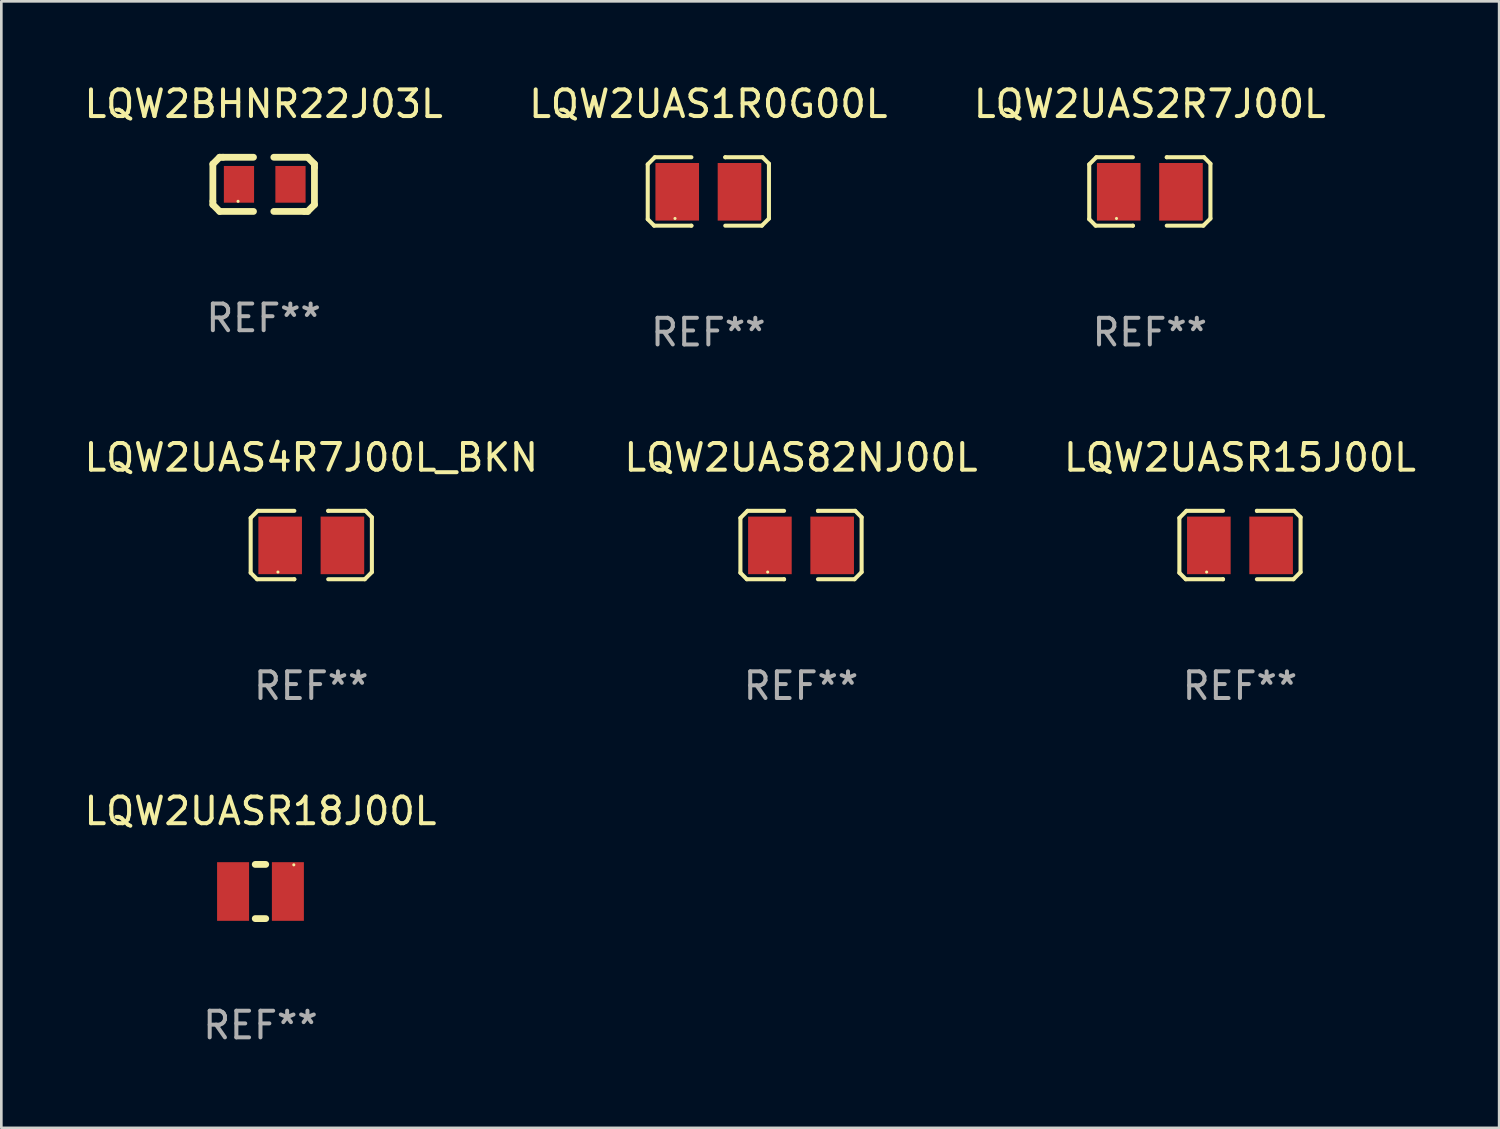
<source format=kicad_pcb>
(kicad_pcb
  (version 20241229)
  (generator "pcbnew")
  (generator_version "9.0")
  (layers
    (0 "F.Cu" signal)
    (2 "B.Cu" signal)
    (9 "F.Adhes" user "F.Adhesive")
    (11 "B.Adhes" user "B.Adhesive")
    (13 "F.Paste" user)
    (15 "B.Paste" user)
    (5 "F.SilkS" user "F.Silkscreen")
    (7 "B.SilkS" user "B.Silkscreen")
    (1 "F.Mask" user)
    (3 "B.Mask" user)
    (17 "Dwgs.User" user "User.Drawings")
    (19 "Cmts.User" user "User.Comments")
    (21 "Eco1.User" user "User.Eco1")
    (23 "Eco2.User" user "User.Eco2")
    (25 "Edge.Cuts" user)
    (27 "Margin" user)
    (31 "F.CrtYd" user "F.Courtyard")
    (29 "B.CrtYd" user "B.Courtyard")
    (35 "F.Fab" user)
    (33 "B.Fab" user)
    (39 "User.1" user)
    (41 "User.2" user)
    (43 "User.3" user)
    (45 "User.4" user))
  (footprint "LQW2UAS1R0G00L"
    (layer "F.Cu")
    (at 23.518 4.131)
    (property "Reference" "LQW2UAS1R0G00L" (at 0 -3.283 0) (layer "F.SilkS") (effects (font (size 1 1) (thickness 0.15))))
    (attr through_hole)
    (fp_line (start -2.273 -1.016) (end -2.007 -1.283) (stroke (width 0.152) (type solid)) (layer "F.SilkS"))
    (fp_line (start -2.273 1.041) (end -2.273 -1.016) (stroke (width 0.152) (type solid)) (layer "F.SilkS"))
    (fp_line (start -2.032 1.283) (end -2.273 1.041) (stroke (width 0.152) (type solid)) (layer "F.SilkS"))
    (fp_line (start -2.007 -1.283) (end -0.635 -1.283) (stroke (width 0.152) (type solid)) (layer "F.SilkS"))
    (fp_line (start -0.635 1.283) (end -2.032 1.283) (stroke (width 0.152) (type solid)) (layer "F.SilkS"))
    (fp_line (start -0.635 1.283) (end -0.635 1.283) (stroke (width 0.152) (type solid)) (layer "F.SilkS"))
    (fp_line (start 0.635 -1.283) (end 0.635 -1.283) (stroke (width 0.152) (type solid)) (layer "F.SilkS"))
    (fp_line (start 0.635 -1.283) (end 2.032 -1.283) (stroke (width 0.152) (type solid)) (layer "F.SilkS"))
    (fp_line (start 2.007 1.283) (end 0.635 1.283) (stroke (width 0.152) (type solid)) (layer "F.SilkS"))
    (fp_line (start 2.032 -1.283) (end 2.273 -1.041) (stroke (width 0.152) (type solid)) (layer "F.SilkS"))
    (fp_line (start 2.273 -1.041) (end 2.273 1.016) (stroke (width 0.152) (type solid)) (layer "F.SilkS"))
    (fp_line (start 2.273 1.016) (end 2.007 1.283) (stroke (width 0.152) (type solid)) (layer "F.SilkS"))
    (fp_circle (center -1.25 1.013) (end -1.22 1.013) (stroke (width 0.06) (type solid)) (fill no) (layer "F.SilkS"))
    (fp_text user "REF**" (at 0 5.283 0) (layer "F.Fab") (effects (font (size 1 1) (thickness 0.15))))
    (pad "1" smd rect (at -1.167 0.013) (size 1.635 2.16) (layers "F.Cu" "F.Mask" "F.Paste"))
    (pad "2" smd rect (at 1.168 0.013) (size 1.635 2.16) (layers "F.Cu" "F.Mask" "F.Paste")))
  (footprint "LQW2UASR15J00L"
    (layer "F.Cu")
    (at 43.458 17.393)
    (property "Reference" "LQW2UASR15J00L" (at 0 -3.283 0) (layer "F.SilkS") (effects (font (size 1 1) (thickness 0.15))))
    (attr through_hole)
    (fp_line (start -2.273 -1.016) (end -2.007 -1.283) (stroke (width 0.152) (type solid)) (layer "F.SilkS"))
    (fp_line (start -2.273 1.041) (end -2.273 -1.016) (stroke (width 0.152) (type solid)) (layer "F.SilkS"))
    (fp_line (start -2.032 1.283) (end -2.273 1.041) (stroke (width 0.152) (type solid)) (layer "F.SilkS"))
    (fp_line (start -2.007 -1.283) (end -0.635 -1.283) (stroke (width 0.152) (type solid)) (layer "F.SilkS"))
    (fp_line (start -0.635 1.283) (end -2.032 1.283) (stroke (width 0.152) (type solid)) (layer "F.SilkS"))
    (fp_line (start -0.635 1.283) (end -0.635 1.283) (stroke (width 0.152) (type solid)) (layer "F.SilkS"))
    (fp_line (start 0.635 -1.283) (end 0.635 -1.283) (stroke (width 0.152) (type solid)) (layer "F.SilkS"))
    (fp_line (start 0.635 -1.283) (end 2.032 -1.283) (stroke (width 0.152) (type solid)) (layer "F.SilkS"))
    (fp_line (start 2.007 1.283) (end 0.635 1.283) (stroke (width 0.152) (type solid)) (layer "F.SilkS"))
    (fp_line (start 2.032 -1.283) (end 2.273 -1.041) (stroke (width 0.152) (type solid)) (layer "F.SilkS"))
    (fp_line (start 2.273 -1.041) (end 2.273 1.016) (stroke (width 0.152) (type solid)) (layer "F.SilkS"))
    (fp_line (start 2.273 1.016) (end 2.007 1.283) (stroke (width 0.152) (type solid)) (layer "F.SilkS"))
    (fp_circle (center -1.25 1.013) (end -1.22 1.013) (stroke (width 0.06) (type solid)) (fill no) (layer "F.SilkS"))
    (fp_text user "REF**" (at 0 5.283 0) (layer "F.Fab") (effects (font (size 1 1) (thickness 0.15))))
    (pad "1" smd rect (at -1.167 0.013) (size 1.635 2.16) (layers "F.Cu" "F.Mask" "F.Paste"))
    (pad "2" smd rect (at 1.168 0.013) (size 1.635 2.16) (layers "F.Cu" "F.Mask" "F.Paste")))
  (footprint "LQW2UAS2R7J00L"
    (layer "F.Cu")
    (at 40.077 4.131)
    (property "Reference" "LQW2UAS2R7J00L" (at 0 -3.283 0) (layer "F.SilkS") (effects (font (size 1 1) (thickness 0.15))))
    (attr through_hole)
    (fp_line (start -2.273 -1.016) (end -2.007 -1.283) (stroke (width 0.152) (type solid)) (layer "F.SilkS"))
    (fp_line (start -2.273 1.041) (end -2.273 -1.016) (stroke (width 0.152) (type solid)) (layer "F.SilkS"))
    (fp_line (start -2.032 1.283) (end -2.273 1.041) (stroke (width 0.152) (type solid)) (layer "F.SilkS"))
    (fp_line (start -2.007 -1.283) (end -0.635 -1.283) (stroke (width 0.152) (type solid)) (layer "F.SilkS"))
    (fp_line (start -0.635 1.283) (end -2.032 1.283) (stroke (width 0.152) (type solid)) (layer "F.SilkS"))
    (fp_line (start -0.635 1.283) (end -0.635 1.283) (stroke (width 0.152) (type solid)) (layer "F.SilkS"))
    (fp_line (start 0.635 -1.283) (end 0.635 -1.283) (stroke (width 0.152) (type solid)) (layer "F.SilkS"))
    (fp_line (start 0.635 -1.283) (end 2.032 -1.283) (stroke (width 0.152) (type solid)) (layer "F.SilkS"))
    (fp_line (start 2.007 1.283) (end 0.635 1.283) (stroke (width 0.152) (type solid)) (layer "F.SilkS"))
    (fp_line (start 2.032 -1.283) (end 2.273 -1.041) (stroke (width 0.152) (type solid)) (layer "F.SilkS"))
    (fp_line (start 2.273 -1.041) (end 2.273 1.016) (stroke (width 0.152) (type solid)) (layer "F.SilkS"))
    (fp_line (start 2.273 1.016) (end 2.007 1.283) (stroke (width 0.152) (type solid)) (layer "F.SilkS"))
    (fp_circle (center -1.25 1.013) (end -1.22 1.013) (stroke (width 0.06) (type solid)) (fill no) (layer "F.SilkS"))
    (fp_text user "REF**" (at 0 5.283 0) (layer "F.Fab") (effects (font (size 1 1) (thickness 0.15))))
    (pad "1" smd rect (at -1.167 0.013) (size 1.635 2.16) (layers "F.Cu" "F.Mask" "F.Paste"))
    (pad "2" smd rect (at 1.168 0.013) (size 1.635 2.16) (layers "F.Cu" "F.Mask" "F.Paste")))
  (footprint "LQW2UASR18J00L"
    (layer "F.Cu")
    (at 6.72 30.388)
    (property "Reference" "LQW2UASR18J00L" (at 0 -3.016 0) (layer "F.SilkS") (effects (font (size 1 1) (thickness 0.15))))
    (attr through_hole)
    (fp_line (start -0.197 1.016) (end 0.197 1.016) (stroke (width 0.254) (type solid)) (layer "F.SilkS"))
    (fp_line (start 0.197 -1.016) (end -0.197 -1.016) (stroke (width 0.254) (type solid)) (layer "F.SilkS"))
    (fp_circle (center 1.25 -1) (end 1.28 -1) (stroke (width 0.06) (type solid)) (fill no) (layer "F.SilkS"))
    (fp_text user "REF**" (at 0 5.016 0) (layer "F.Fab") (effects (font (size 1 1) (thickness 0.15))))
    (pad "1" smd rect (at 1.028 0) (size 1.2 2.2) (layers "F.Cu" "F.Mask" "F.Paste"))
    (pad "2" smd rect (at -1.028 0) (size 1.2 2.2) (layers "F.Cu" "F.Mask" "F.Paste")))
  (footprint "LQW2UAS4R7J00L_BKN"
    (layer "F.Cu")
    (at 8.625 17.393)
    (property "Reference" "LQW2UAS4R7J00L_BKN" (at 0 -3.283 0) (layer "F.SilkS") (effects (font (size 1 1) (thickness 0.15))))
    (attr through_hole)
    (fp_line (start -2.273 -1.016) (end -2.007 -1.283) (stroke (width 0.152) (type solid)) (layer "F.SilkS"))
    (fp_line (start -2.273 1.041) (end -2.273 -1.016) (stroke (width 0.152) (type solid)) (layer "F.SilkS"))
    (fp_line (start -2.032 1.283) (end -2.273 1.041) (stroke (width 0.152) (type solid)) (layer "F.SilkS"))
    (fp_line (start -2.007 -1.283) (end -0.635 -1.283) (stroke (width 0.152) (type solid)) (layer "F.SilkS"))
    (fp_line (start -0.635 1.283) (end -2.032 1.283) (stroke (width 0.152) (type solid)) (layer "F.SilkS"))
    (fp_line (start -0.635 1.283) (end -0.635 1.283) (stroke (width 0.152) (type solid)) (layer "F.SilkS"))
    (fp_line (start 0.635 -1.283) (end 0.635 -1.283) (stroke (width 0.152) (type solid)) (layer "F.SilkS"))
    (fp_line (start 0.635 -1.283) (end 2.032 -1.283) (stroke (width 0.152) (type solid)) (layer "F.SilkS"))
    (fp_line (start 2.007 1.283) (end 0.635 1.283) (stroke (width 0.152) (type solid)) (layer "F.SilkS"))
    (fp_line (start 2.032 -1.283) (end 2.273 -1.041) (stroke (width 0.152) (type solid)) (layer "F.SilkS"))
    (fp_line (start 2.273 -1.041) (end 2.273 1.016) (stroke (width 0.152) (type solid)) (layer "F.SilkS"))
    (fp_line (start 2.273 1.016) (end 2.007 1.283) (stroke (width 0.152) (type solid)) (layer "F.SilkS"))
    (fp_circle (center -1.25 1.013) (end -1.22 1.013) (stroke (width 0.06) (type solid)) (fill no) (layer "F.SilkS"))
    (fp_text user "REF**" (at 0 5.283 0) (layer "F.Fab") (effects (font (size 1 1) (thickness 0.15))))
    (pad "1" smd rect (at -1.167 0.013) (size 1.635 2.16) (layers "F.Cu" "F.Mask" "F.Paste"))
    (pad "2" smd rect (at 1.168 0.013) (size 1.635 2.16) (layers "F.Cu" "F.Mask" "F.Paste")))
  (footprint "LQW2UAS82NJ00L"
    (layer "F.Cu")
    (at 26.994 17.393)
    (property "Reference" "LQW2UAS82NJ00L" (at 0 -3.283 0) (layer "F.SilkS") (effects (font (size 1 1) (thickness 0.15))))
    (attr through_hole)
    (fp_line (start -2.273 -1.016) (end -2.007 -1.283) (stroke (width 0.152) (type solid)) (layer "F.SilkS"))
    (fp_line (start -2.273 1.041) (end -2.273 -1.016) (stroke (width 0.152) (type solid)) (layer "F.SilkS"))
    (fp_line (start -2.032 1.283) (end -2.273 1.041) (stroke (width 0.152) (type solid)) (layer "F.SilkS"))
    (fp_line (start -2.007 -1.283) (end -0.635 -1.283) (stroke (width 0.152) (type solid)) (layer "F.SilkS"))
    (fp_line (start -0.635 1.283) (end -2.032 1.283) (stroke (width 0.152) (type solid)) (layer "F.SilkS"))
    (fp_line (start -0.635 1.283) (end -0.635 1.283) (stroke (width 0.152) (type solid)) (layer "F.SilkS"))
    (fp_line (start 0.635 -1.283) (end 0.635 -1.283) (stroke (width 0.152) (type solid)) (layer "F.SilkS"))
    (fp_line (start 0.635 -1.283) (end 2.032 -1.283) (stroke (width 0.152) (type solid)) (layer "F.SilkS"))
    (fp_line (start 2.007 1.283) (end 0.635 1.283) (stroke (width 0.152) (type solid)) (layer "F.SilkS"))
    (fp_line (start 2.032 -1.283) (end 2.273 -1.041) (stroke (width 0.152) (type solid)) (layer "F.SilkS"))
    (fp_line (start 2.273 -1.041) (end 2.273 1.016) (stroke (width 0.152) (type solid)) (layer "F.SilkS"))
    (fp_line (start 2.273 1.016) (end 2.007 1.283) (stroke (width 0.152) (type solid)) (layer "F.SilkS"))
    (fp_circle (center -1.25 1.013) (end -1.22 1.013) (stroke (width 0.06) (type solid)) (fill no) (layer "F.SilkS"))
    (fp_text user "REF**" (at 0 5.283 0) (layer "F.Fab") (effects (font (size 1 1) (thickness 0.15))))
    (pad "1" smd rect (at -1.167 0.013) (size 1.635 2.16) (layers "F.Cu" "F.Mask" "F.Paste"))
    (pad "2" smd rect (at 1.168 0.013) (size 1.635 2.16) (layers "F.Cu" "F.Mask" "F.Paste")))
  (footprint "LQW2BHNR22J03L"
    (layer "F.Cu")
    (at 6.839 3.864)
    (property "Reference" "LQW2BHNR22J03L" (at 0 -3.016 0) (layer "F.SilkS") (effects (font (size 1 1) (thickness 0.15))))
    (attr through_hole)
    (fp_line (start -1.905 -0.762) (end -1.905 0.635) (stroke (width 0.254) (type solid)) (layer "F.SilkS"))
    (fp_line (start -1.905 0.635) (end -1.905 0.762) (stroke (width 0.254) (type solid)) (layer "F.SilkS"))
    (fp_line (start -1.905 0.762) (end -1.651 1.016) (stroke (width 0.254) (type solid)) (layer "F.SilkS"))
    (fp_line (start -1.651 -1.016) (end -1.905 -0.762) (stroke (width 0.254) (type solid)) (layer "F.SilkS"))
    (fp_line (start -1.651 1.016) (end -0.381 1.016) (stroke (width 0.254) (type solid)) (layer "F.SilkS"))
    (fp_line (start -1.524 -1.016) (end -1.651 -1.016) (stroke (width 0.254) (type solid)) (layer "F.SilkS"))
    (fp_line (start -0.381 -1.016) (end -1.524 -1.016) (stroke (width 0.254) (type solid)) (layer "F.SilkS"))
    (fp_line (start 0.381 1.016) (end 1.524 1.016) (stroke (width 0.254) (type solid)) (layer "F.SilkS"))
    (fp_line (start 1.524 1.016) (end 1.651 1.016) (stroke (width 0.254) (type solid)) (layer "F.SilkS"))
    (fp_line (start 1.651 -1.016) (end 0.381 -1.016) (stroke (width 0.254) (type solid)) (layer "F.SilkS"))
    (fp_line (start 1.651 1.016) (end 1.905 0.762) (stroke (width 0.254) (type solid)) (layer "F.SilkS"))
    (fp_line (start 1.905 -0.762) (end 1.651 -1.016) (stroke (width 0.254) (type solid)) (layer "F.SilkS"))
    (fp_line (start 1.905 -0.635) (end 1.905 -0.762) (stroke (width 0.254) (type solid)) (layer "F.SilkS"))
    (fp_line (start 1.905 0.762) (end 1.905 -0.635) (stroke (width 0.254) (type solid)) (layer "F.SilkS"))
    (fp_circle (center -0.96 0.637) (end -0.93 0.637) (stroke (width 0.06) (type solid)) (fill no) (layer "F.SilkS"))
    (fp_text user "REF**" (at 0 5.016 0) (layer "F.Fab") (effects (font (size 1 1) (thickness 0.15))))
    (pad "1" smd rect (at -0.926 -0.000051) (size 1.133 1.377) (layers "F.Cu" "F.Mask" "F.Paste"))
    (pad "2" smd rect (at 1.006 -0.000051) (size 1.133 1.377) (layers "F.Cu" "F.Mask" "F.Paste")))
  (gr_rect
    (start -3 -3)
    (end 53.179 39.252)
    (stroke (width 0.1) (type default))
    (fill no)
    (layer "Edge.Cuts")))
</source>
